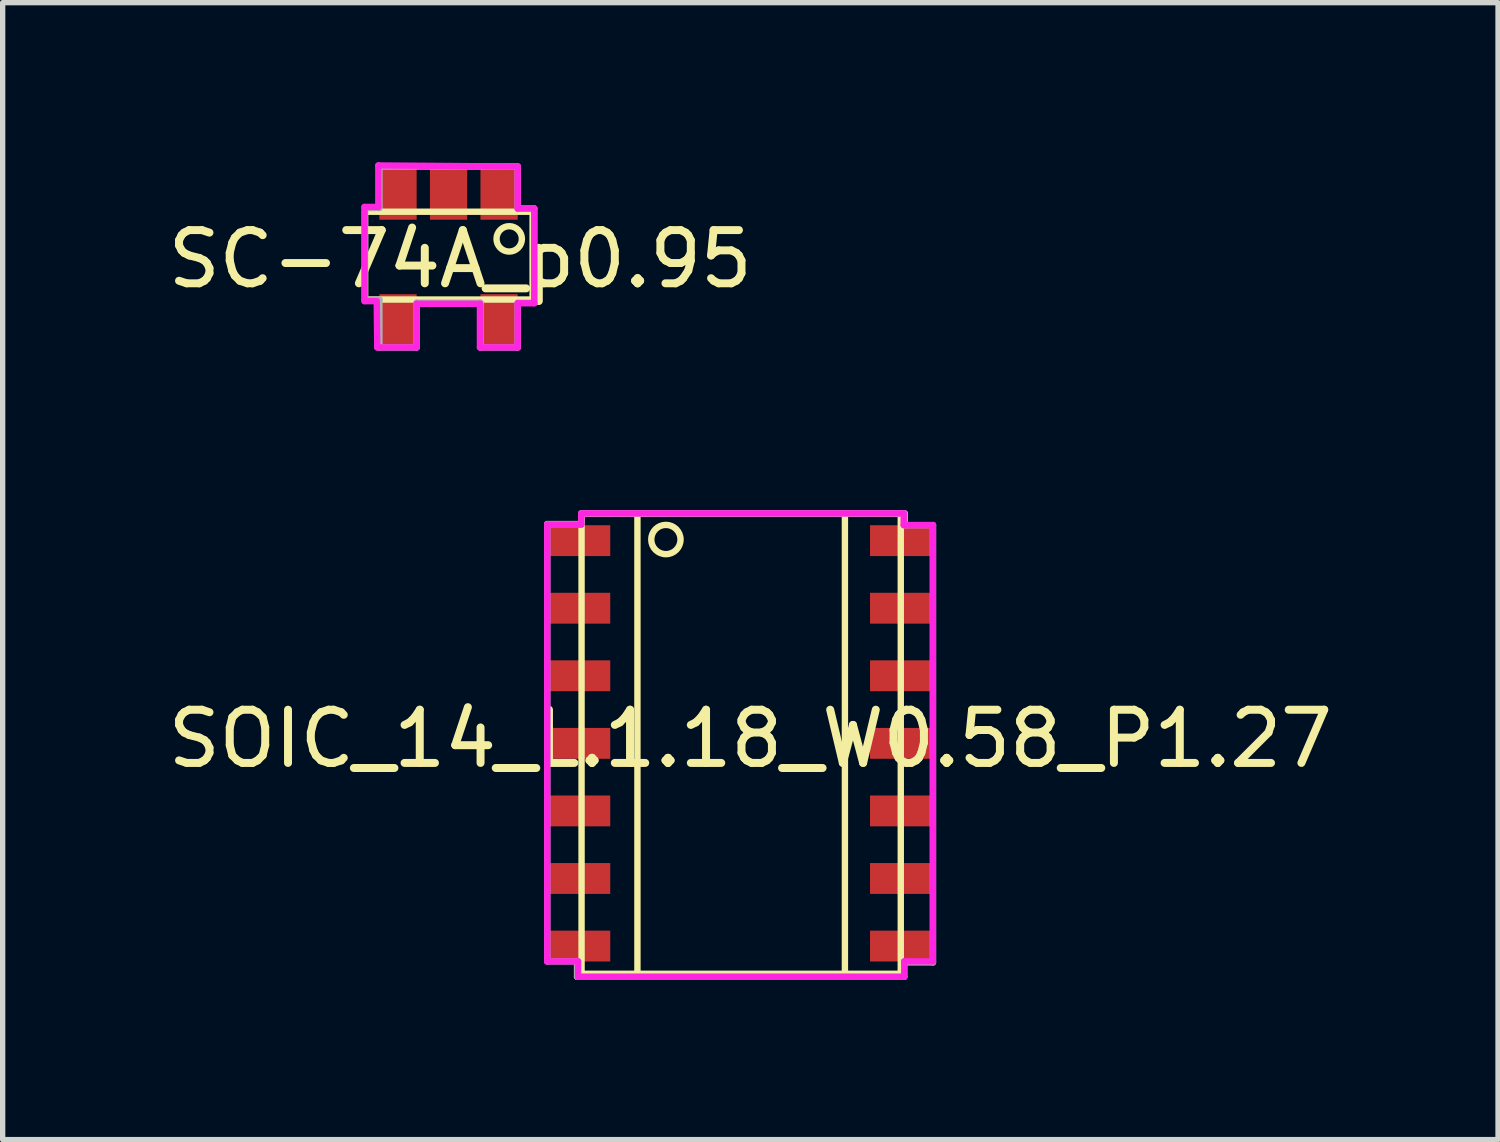
<source format=kicad_pcb>
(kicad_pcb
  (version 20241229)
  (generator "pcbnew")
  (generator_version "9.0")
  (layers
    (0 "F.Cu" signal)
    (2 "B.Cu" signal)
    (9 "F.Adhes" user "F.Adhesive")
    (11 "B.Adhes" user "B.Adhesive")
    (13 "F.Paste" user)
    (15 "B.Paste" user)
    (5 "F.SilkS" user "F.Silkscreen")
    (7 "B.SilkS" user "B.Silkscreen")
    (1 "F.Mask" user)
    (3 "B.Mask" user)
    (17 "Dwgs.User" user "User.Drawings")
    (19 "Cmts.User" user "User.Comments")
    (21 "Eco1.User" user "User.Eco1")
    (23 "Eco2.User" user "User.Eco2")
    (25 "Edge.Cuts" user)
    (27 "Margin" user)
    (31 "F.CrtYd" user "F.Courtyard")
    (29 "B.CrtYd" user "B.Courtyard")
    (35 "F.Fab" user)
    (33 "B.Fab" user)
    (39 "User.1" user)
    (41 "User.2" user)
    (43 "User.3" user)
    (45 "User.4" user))
  (footprint "SC-74A_p0.95"
    (layer "F.Cu")
    (at 5.481 2.54)
    (property "Reference" "SC-74A_p0.95" (at 0.12 -0.72 0) (layer "F.SilkS") (effects (font (size 1 1) (thickness 0.15))))
    (attr through_hole)
    (fp_line (start -1.67 -1.61) (end 1.48 -1.61) (stroke (width 0.12) (type solid)) (layer "F.SilkS"))
    (fp_line (start -1.67 0.04) (end -1.67 -1.61) (stroke (width 0.12) (type solid)) (layer "F.SilkS"))
    (fp_line (start 1.48 -1.61) (end 1.48 0.04) (stroke (width 0.12) (type solid)) (layer "F.SilkS"))
    (fp_line (start 1.48 0.04) (end -1.67 0.04) (stroke (width 0.12) (type solid)) (layer "F.SilkS"))
    (fp_circle (center 1.04 -1.1) (end 1.17 -1.3) (stroke (width 0.12) (type solid)) (fill no) (layer "F.SilkS"))
    (fp_line (start -1.68 -1.7) (end -1.68 0.07) (stroke (width 0.12) (type solid)) (layer "F.CrtYd"))
    (fp_line (start -1.68 0.07) (end -1.45 0.07) (stroke (width 0.12) (type solid)) (layer "F.CrtYd"))
    (fp_line (start -1.45 0.07) (end -1.44 0.94) (stroke (width 0.12) (type solid)) (layer "F.CrtYd"))
    (fp_line (start -1.44 0.94) (end -0.7 0.94) (stroke (width 0.12) (type solid)) (layer "F.CrtYd"))
    (fp_line (start -1.42 -2.48) (end -1.42 -1.7) (stroke (width 0.12) (type solid)) (layer "F.CrtYd"))
    (fp_line (start -1.42 -1.7) (end -1.68 -1.7) (stroke (width 0.12) (type solid)) (layer "F.CrtYd"))
    (fp_line (start -0.7 0.12) (end 0.49 0.12) (stroke (width 0.12) (type solid)) (layer "F.CrtYd"))
    (fp_line (start -0.7 0.94) (end -0.7 0.12) (stroke (width 0.12) (type solid)) (layer "F.CrtYd"))
    (fp_line (start 0.49 0.12) (end 0.49 0.94) (stroke (width 0.12) (type solid)) (layer "F.CrtYd"))
    (fp_line (start 0.49 0.94) (end 1.2 0.94) (stroke (width 0.12) (type solid)) (layer "F.CrtYd"))
    (fp_line (start 1.2 -2.46) (end -1.42 -2.48) (stroke (width 0.12) (type solid)) (layer "F.CrtYd"))
    (fp_line (start 1.2 -1.67) (end 1.2 -2.46) (stroke (width 0.12) (type solid)) (layer "F.CrtYd"))
    (fp_line (start 1.2 0.11) (end 1.51 0.11) (stroke (width 0.12) (type solid)) (layer "F.CrtYd"))
    (fp_line (start 1.2 0.94) (end 1.2 0.11) (stroke (width 0.12) (type solid)) (layer "F.CrtYd"))
    (fp_line (start 1.51 -1.67) (end 1.2 -1.67) (stroke (width 0.12) (type solid)) (layer "F.CrtYd"))
    (fp_line (start 1.51 0.11) (end 1.51 -1.67) (stroke (width 0.12) (type solid)) (layer "F.CrtYd"))
    (fp_line (start -1.67 -1.68) (end -1.67 -1.6) (stroke (width 0.12) (type solid)) (layer "F.Fab"))
    (fp_line (start -1.67 -1.61) (end -1.67 0.04) (stroke (width 0.12) (type solid)) (layer "F.Fab"))
    (fp_line (start -1.67 0.04) (end -1.4 0.04) (stroke (width 0.12) (type solid)) (layer "F.Fab"))
    (fp_line (start -1.4 -2.46) (end -1.4 -1.68) (stroke (width 0.12) (type solid)) (layer "F.Fab"))
    (fp_line (start -1.4 -1.68) (end -1.67 -1.68) (stroke (width 0.12) (type solid)) (layer "F.Fab"))
    (fp_line (start -1.4 0.04) (end -1.4 0.94) (stroke (width 0.12) (type solid)) (layer "F.Fab"))
    (fp_line (start -1.4 0.94) (end -0.7 0.94) (stroke (width 0.12) (type solid)) (layer "F.Fab"))
    (fp_line (start -0.7 0.1) (end 0.5 0.1) (stroke (width 0.12) (type solid)) (layer "F.Fab"))
    (fp_line (start -0.7 0.94) (end -0.7 0.1) (stroke (width 0.12) (type solid)) (layer "F.Fab"))
    (fp_line (start 0.5 0.1) (end 0.5 0.94) (stroke (width 0.12) (type solid)) (layer "F.Fab"))
    (fp_line (start 0.5 0.94) (end 1.2 0.94) (stroke (width 0.12) (type solid)) (layer "F.Fab"))
    (fp_line (start 1.2 -2.46) (end -1.4 -2.46) (stroke (width 0.12) (type solid)) (layer "F.Fab"))
    (fp_line (start 1.2 -1.67) (end 1.2 -2.46) (stroke (width 0.12) (type solid)) (layer "F.Fab"))
    (fp_line (start 1.2 0.1) (end 1.51 0.1) (stroke (width 0.12) (type solid)) (layer "F.Fab"))
    (fp_line (start 1.2 0.94) (end 1.2 0.1) (stroke (width 0.12) (type solid)) (layer "F.Fab"))
    (fp_line (start 1.51 -1.67) (end 1.2 -1.67) (stroke (width 0.12) (type solid)) (layer "F.Fab"))
    (fp_line (start 1.51 0.1) (end 1.51 -1.67) (stroke (width 0.12) (type solid)) (layer "F.Fab"))
    (pad "1" smd rect (at 0.85 -1.96) (size 0.7 1) (layers "F.Cu" "F.Mask" "F.Paste"))
    (pad "2" smd rect (at -0.1 -1.96) (size 0.7 1) (layers "F.Cu" "F.Mask" "F.Paste"))
    (pad "3" smd rect (at -1.05 -1.96) (size 0.7 1) (layers "F.Cu" "F.Mask" "F.Paste"))
    (pad "4" smd rect (at -1.05 0.44) (size 0.7 1) (layers "F.Cu" "F.Mask" "F.Paste"))
    (pad "5" smd rect (at 0.85 0.44) (size 0.7 1) (layers "F.Cu" "F.Mask" "F.Paste")))
  (footprint "SOIC_14_L.1.18_W0.58_P1.27"
    (layer "F.Cu")
    (at 10.736 10.82)
    (property "Reference" "SOIC_14_L.1.18_W0.58_P1.27" (at 0.318 0.015 0) (layer "F.SilkS") (effects (font (size 1 1) (thickness 0.15))))
    (attr through_hole)
    (fp_line (start -2.855 -4.216) (end 3.145 -4.216) (stroke (width 0.12) (type solid)) (layer "F.SilkS"))
    (fp_line (start -2.855 4.434) (end -2.855 -4.216) (stroke (width 0.12) (type solid)) (layer "F.SilkS"))
    (fp_line (start -1.805 -4.216) (end -1.805 4.434) (stroke (width 0.12) (type solid)) (layer "F.SilkS"))
    (fp_line (start 2.095 -4.216) (end 2.095 4.434) (stroke (width 0.12) (type solid)) (layer "F.SilkS"))
    (fp_line (start 3.145 -4.216) (end 3.145 4.434) (stroke (width 0.12) (type solid)) (layer "F.SilkS"))
    (fp_line (start 3.145 4.434) (end -2.855 4.434) (stroke (width 0.12) (type solid)) (layer "F.SilkS"))
    (fp_circle (center -1.27 -3.729) (end -1.097 -3.515) (stroke (width 0.12) (type solid)) (fill no) (layer "F.SilkS"))
    (fp_line (start -3.5 -4.01) (end -3.5 4.2) (stroke (width 0.12) (type solid)) (layer "F.CrtYd"))
    (fp_line (start -3.5 4.2) (end -2.92 4.2) (stroke (width 0.12) (type solid)) (layer "F.CrtYd"))
    (fp_line (start -2.92 4.2) (end -2.92 4.49) (stroke (width 0.12) (type solid)) (layer "F.CrtYd"))
    (fp_line (start -2.92 4.49) (end 3.21 4.49) (stroke (width 0.12) (type solid)) (layer "F.CrtYd"))
    (fp_line (start -2.86 -4.21) (end -2.86 -4.01) (stroke (width 0.12) (type solid)) (layer "F.CrtYd"))
    (fp_line (start -2.86 -4.01) (end -3.5 -4.01) (stroke (width 0.12) (type solid)) (layer "F.CrtYd"))
    (fp_line (start 3.2 -4.22) (end -2.86 -4.22) (stroke (width 0.12) (type solid)) (layer "F.CrtYd"))
    (fp_line (start 3.2 -4) (end 3.2 -4.22) (stroke (width 0.12) (type solid)) (layer "F.CrtYd"))
    (fp_line (start 3.21 4.2) (end 3.75 4.2) (stroke (width 0.12) (type solid)) (layer "F.CrtYd"))
    (fp_line (start 3.21 4.49) (end 3.21 4.2) (stroke (width 0.12) (type solid)) (layer "F.CrtYd"))
    (fp_line (start 3.75 -4) (end 3.2 -4) (stroke (width 0.12) (type solid)) (layer "F.CrtYd"))
    (fp_line (start 3.75 4.2) (end 3.75 -4) (stroke (width 0.12) (type solid)) (layer "F.CrtYd"))
    (fp_line (start -3.5 -4.02) (end -3.5 4.2) (stroke (width 0.12) (type solid)) (layer "F.Fab"))
    (fp_line (start -3.5 4.2) (end -2.94 4.2) (stroke (width 0.12) (type solid)) (layer "F.Fab"))
    (fp_line (start -2.94 4.2) (end -2.94 4.49) (stroke (width 0.12) (type solid)) (layer "F.Fab"))
    (fp_line (start -2.94 4.49) (end 3.21 4.49) (stroke (width 0.12) (type solid)) (layer "F.Fab"))
    (fp_line (start -2.86 -4.22) (end -2.86 -4.02) (stroke (width 0.12) (type solid)) (layer "F.Fab"))
    (fp_line (start -2.86 -4.02) (end -3.5 -4.02) (stroke (width 0.12) (type solid)) (layer "F.Fab"))
    (fp_line (start 3.21 4.22) (end 3.75 4.22) (stroke (width 0.12) (type solid)) (layer "F.Fab"))
    (fp_line (start 3.21 4.49) (end 3.21 4.22) (stroke (width 0.12) (type solid)) (layer "F.Fab"))
    (fp_line (start 3.22 -4.22) (end -2.86 -4.22) (stroke (width 0.12) (type solid)) (layer "F.Fab"))
    (fp_line (start 3.22 -4) (end 3.22 -4.22) (stroke (width 0.12) (type solid)) (layer "F.Fab"))
    (fp_line (start 3.75 -4) (end 3.22 -4) (stroke (width 0.12) (type solid)) (layer "F.Fab"))
    (fp_line (start 3.75 4.22) (end 3.75 -4) (stroke (width 0.12) (type solid)) (layer "F.Fab"))
    (pad "1" smd rect (at -2.906 -3.708) (size 1.18 0.58) (layers "F.Cu" "F.Mask" "F.Paste"))
    (pad "2" smd rect (at -2.906 -2.438) (size 1.18 0.58) (layers "F.Cu" "F.Mask" "F.Paste"))
    (pad "3" smd rect (at -2.906 -1.168) (size 1.18 0.58) (layers "F.Cu" "F.Mask" "F.Paste"))
    (pad "4" smd rect (at -2.906 0.102) (size 1.18 0.58) (layers "F.Cu" "F.Mask" "F.Paste"))
    (pad "5" smd rect (at -2.906 1.372) (size 1.18 0.58) (layers "F.Cu" "F.Mask" "F.Paste"))
    (pad "6" smd rect (at -2.906 2.642) (size 1.18 0.58) (layers "F.Cu" "F.Mask" "F.Paste"))
    (pad "7" smd rect (at -2.906 3.912) (size 1.18 0.58) (layers "F.Cu" "F.Mask" "F.Paste"))
    (pad "8" smd rect (at 3.157 3.912) (size 1.18 0.58) (layers "F.Cu" "F.Mask" "F.Paste"))
    (pad "9" smd rect (at 3.157 2.642) (size 1.18 0.58) (layers "F.Cu" "F.Mask" "F.Paste"))
    (pad "10" smd rect (at 3.157 1.372) (size 1.18 0.58) (layers "F.Cu" "F.Mask" "F.Paste"))
    (pad "11" smd rect (at 3.157 0.102) (size 1.18 0.58) (layers "F.Cu" "F.Mask" "F.Paste"))
    (pad "12" smd rect (at 3.157 -1.168) (size 1.18 0.58) (layers "F.Cu" "F.Mask" "F.Paste"))
    (pad "13" smd rect (at 3.157 -2.438) (size 1.18 0.58) (layers "F.Cu" "F.Mask" "F.Paste"))
    (pad "14" smd rect (at 3.157 -3.708) (size 1.18 0.58) (layers "F.Cu" "F.Mask" "F.Paste")))
  (gr_rect
    (start -3 -3)
    (end 25.107 18.37)
    (stroke (width 0.1) (type default))
    (fill no)
    (layer "Edge.Cuts")))
</source>
